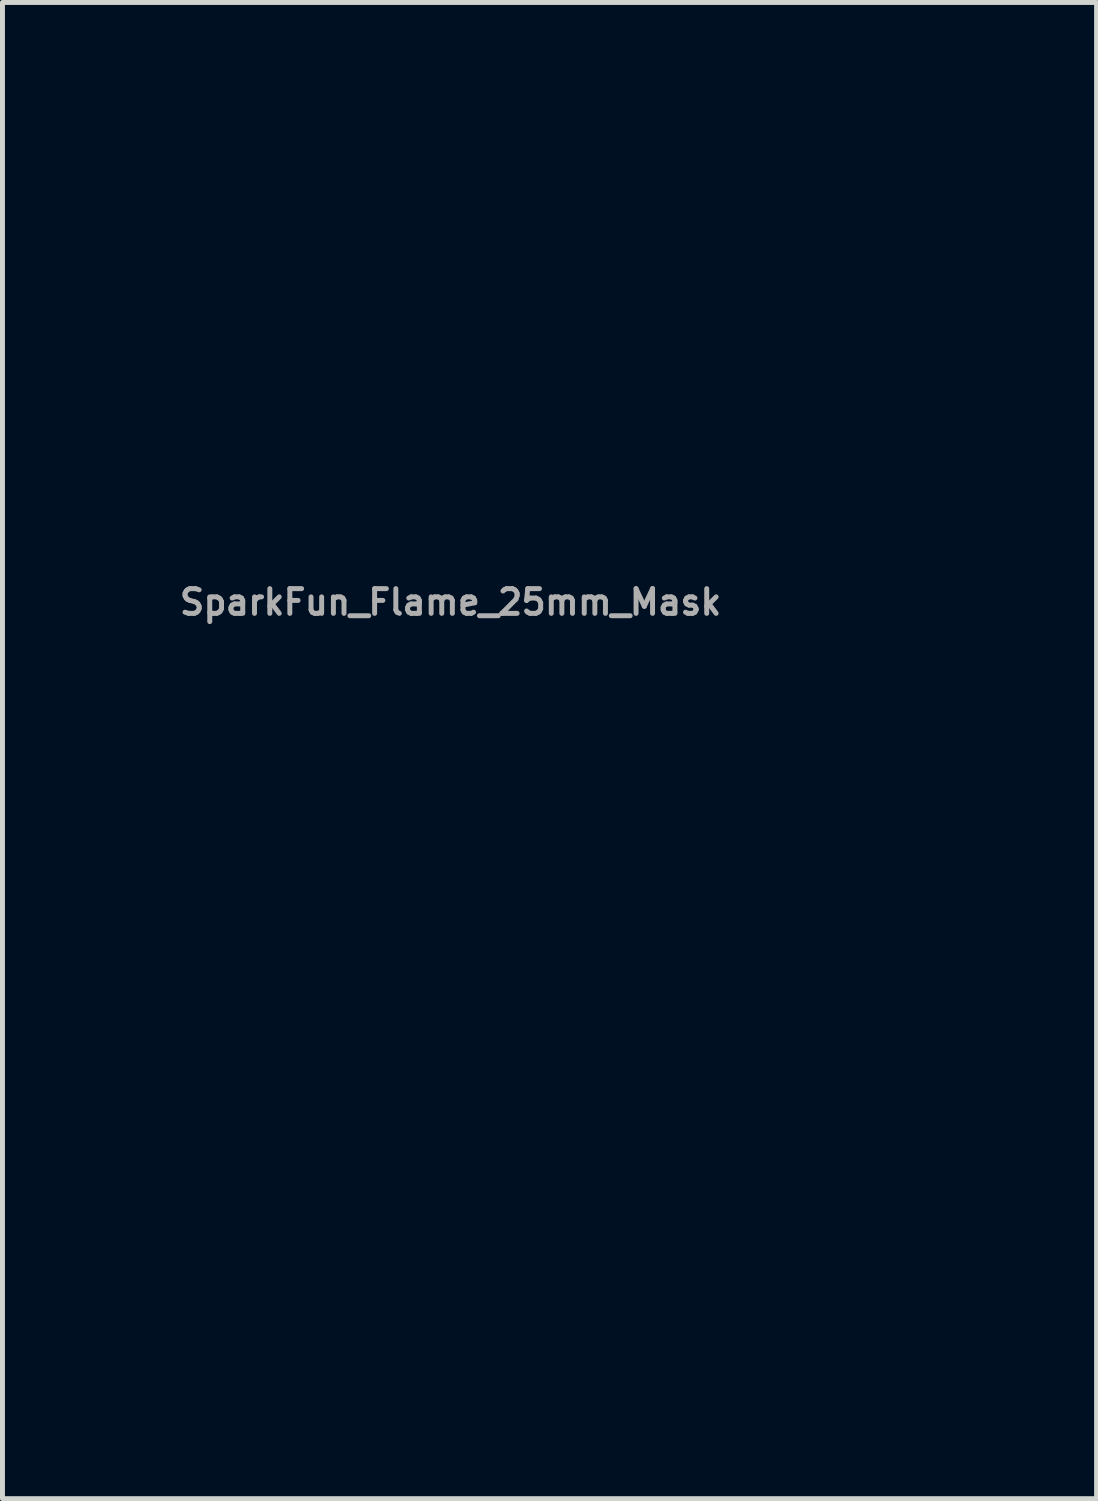
<source format=kicad_pcb>
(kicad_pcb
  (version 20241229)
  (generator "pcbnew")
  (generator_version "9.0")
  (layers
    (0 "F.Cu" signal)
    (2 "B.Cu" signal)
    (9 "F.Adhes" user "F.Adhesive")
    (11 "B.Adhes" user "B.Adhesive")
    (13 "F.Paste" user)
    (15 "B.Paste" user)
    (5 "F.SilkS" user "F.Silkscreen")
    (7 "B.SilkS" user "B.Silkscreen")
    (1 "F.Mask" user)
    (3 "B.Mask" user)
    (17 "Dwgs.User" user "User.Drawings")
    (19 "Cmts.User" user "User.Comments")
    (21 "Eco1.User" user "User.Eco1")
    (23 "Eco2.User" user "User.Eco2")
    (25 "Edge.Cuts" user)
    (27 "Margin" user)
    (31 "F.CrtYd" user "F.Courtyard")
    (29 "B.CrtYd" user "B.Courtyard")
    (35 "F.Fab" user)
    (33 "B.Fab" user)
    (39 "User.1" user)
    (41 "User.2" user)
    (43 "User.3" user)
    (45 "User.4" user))
  (footprint "SparkFun_Flame_25mm_Mask"
    (layer "F.Cu")
    (at 8.06 13.125)
    (property "Reference" "SparkFun_Flame_25mm_Mask" (at -2 -4 0) (layer "F.Fab") (effects (font (size 0.5 0.5) (thickness 0.1))))
    (attr board_only exclude_from_pos_files exclude_from_bom)
    (fp_poly (pts (xy 0.986 -13.122) (xy 1.225 -13.106) (xy 1.458 -13.077) (xy 1.685 -13.038) (xy 1.904 -12.988) (xy 2.116 -12.931) (xy 2.32 -12.866) (xy 2.515 -12.795) (xy 2.701 -12.719) (xy 2.878 -12.641) (xy 3.044 -12.56) (xy 3.346 -12.397) (xy 3.601 -12.241) (xy 3.806 -12.102) (xy 3.958 -11.99) (xy 4.084 -11.888) (xy 4.016 -11.903) (xy 3.831 -11.933) (xy 3.702 -11.947) (xy 3.553 -11.957) (xy 3.388 -11.961) (xy 3.208 -11.956) (xy 3.019 -11.939) (xy 2.822 -11.908) (xy 2.62 -11.861) (xy 2.519 -11.83) (xy 2.418 -11.794) (xy 2.318 -11.753) (xy 2.218 -11.706) (xy 2.12 -11.652) (xy 2.024 -11.593) (xy 1.929 -11.526) (xy 1.838 -11.453) (xy 1.749 -11.372) (xy 1.663 -11.283) (xy 1.558 -11.16) (xy 1.464 -11.035) (xy 1.384 -10.908) (xy 1.316 -10.778) (xy 1.288 -10.713) (xy 1.263 -10.646) (xy 1.242 -10.579) (xy 1.224 -10.511) (xy 1.21 -10.442) (xy 1.199 -10.373) (xy 1.193 -10.303) (xy 1.19 -10.232) (xy 1.192 -10.16) (xy 1.197 -10.087) (xy 1.207 -10.014) (xy 1.221 -9.939) (xy 1.239 -9.864) (xy 1.261 -9.787) (xy 1.288 -9.71) (xy 1.319 -9.632) (xy 1.355 -9.553) (xy 1.395 -9.473) (xy 1.44 -9.391) (xy 1.49 -9.309) (xy 1.544 -9.225) (xy 1.603 -9.141) (xy 1.737 -8.969) (xy 1.86 -8.827) (xy 1.996 -8.687) (xy 2.143 -8.55) (xy 2.299 -8.416) (xy 2.464 -8.288) (xy 2.635 -8.166) (xy 2.811 -8.052) (xy 2.99 -7.947) (xy 3.171 -7.852) (xy 3.352 -7.769) (xy 3.532 -7.7) (xy 3.708 -7.644) (xy 3.88 -7.605) (xy 3.964 -7.591) (xy 4.045 -7.582) (xy 4.125 -7.578) (xy 4.203 -7.578) (xy 4.279 -7.583) (xy 4.351 -7.593) (xy 4.45 -7.616) (xy 4.54 -7.645) (xy 4.623 -7.68) (xy 4.698 -7.722) (xy 4.767 -7.769) (xy 4.828 -7.82) (xy 4.883 -7.877) (xy 4.931 -7.936) (xy 4.974 -8) (xy 5.012 -8.066) (xy 5.044 -8.134) (xy 5.071 -8.205) (xy 5.094 -8.277) (xy 5.113 -8.349) (xy 5.128 -8.423) (xy 5.139 -8.496) (xy 5.152 -8.639) (xy 5.155 -8.777) (xy 5.151 -8.904) (xy 5.141 -9.017) (xy 5.129 -9.112) (xy 5.117 -9.184) (xy 5.105 -9.247) (xy 5.306 -9.17) (xy 5.507 -9.067) (xy 5.709 -8.94) (xy 5.909 -8.789) (xy 6.302 -8.422) (xy 6.677 -7.972) (xy 7.024 -7.447) (xy 7.336 -6.854) (xy 7.603 -6.2) (xy 7.817 -5.493) (xy 7.969 -4.74) (xy 8.018 -4.348) (xy 8.049 -3.948) (xy 8.06 -3.54) (xy 8.05 -3.125) (xy 8.018 -2.704) (xy 7.962 -2.278) (xy 7.883 -1.848) (xy 7.777 -1.414) (xy 7.645 -0.978) (xy 7.486 -0.541) (xy 7.298 -0.103) (xy 7.079 0.334) (xy 6.83 0.77) (xy 6.549 1.204) (xy 6.23 1.642) (xy 5.893 2.058) (xy 5.536 2.451) (xy 5.161 2.819) (xy 4.767 3.161) (xy 4.353 3.476) (xy 3.92 3.763) (xy 3.467 4.021) (xy 2.994 4.248) (xy 2.5 4.444) (xy 1.987 4.606) (xy 1.452 4.735) (xy 0.897 4.828) (xy 0.32 4.885) (xy -0.278 4.904) (xy -0.897 4.885) (xy -1.061 4.875) (xy -1.219 4.874) (xy -1.373 4.88) (xy -1.521 4.894) (xy -1.665 4.916) (xy -1.806 4.945) (xy -1.942 4.981) (xy -2.075 5.025) (xy -2.205 5.076) (xy -2.333 5.134) (xy -2.459 5.198) (xy -2.582 5.269) (xy -2.825 5.431) (xy -3.064 5.617) (xy -3.303 5.827) (xy -3.544 6.059) (xy -3.79 6.312) (xy -4.045 6.585) (xy -5.197 7.853) (xy -5.763 8.467) (xy -6.295 9.06) (xy -6.78 9.613) (xy -7.205 10.107) (xy -7.558 10.525) (xy -7.826 10.846) (xy -8.056 11.125) (xy -8.056 -1.085) (xy -8.06 -1.327) (xy -8.058 -1.56) (xy -8.05 -1.784) (xy -8.036 -1.999) (xy -8.016 -2.206) (xy -7.989 -2.405) (xy -7.958 -2.595) (xy -7.921 -2.778) (xy -7.878 -2.953) (xy -7.83 -3.12) (xy -7.778 -3.279) (xy -7.72 -3.432) (xy -7.658 -3.577) (xy -7.592 -3.716) (xy -7.521 -3.848) (xy -7.446 -3.973) (xy -7.367 -4.092) (xy -7.284 -4.205) (xy -7.197 -4.312) (xy -7.108 -4.414) (xy -7.014 -4.509) (xy -6.918 -4.6) (xy -6.819 -4.685) (xy -6.717 -4.765) (xy -6.612 -4.84) (xy -6.505 -4.911) (xy -6.395 -4.977) (xy -6.284 -5.039) (xy -6.055 -5.15) (xy -5.819 -5.247) (xy -5.687 -5.294) (xy -5.557 -5.336) (xy -5.427 -5.372) (xy -5.3 -5.402) (xy -5.175 -5.428) (xy -5.052 -5.45) (xy -4.931 -5.467) (xy -4.813 -5.479) (xy -4.697 -5.489) (xy -4.584 -5.494) (xy -4.475 -5.497) (xy -4.368 -5.496) (xy -4.265 -5.493) (xy -4.166 -5.487) (xy -3.978 -5.47) (xy -3.808 -5.446) (xy -3.655 -5.418) (xy -3.522 -5.389) (xy -3.41 -5.36) (xy -3.32 -5.333) (xy -3.254 -5.312) (xy -3.2 -5.292) (xy -3.368 -5.223) (xy -3.547 -5.14) (xy -3.651 -5.087) (xy -3.761 -5.026) (xy -3.875 -4.958) (xy -3.989 -4.884) (xy -4.102 -4.802) (xy -4.211 -4.714) (xy -4.313 -4.619) (xy -4.36 -4.57) (xy -4.405 -4.519) (xy -4.446 -4.466) (xy -4.485 -4.412) (xy -4.519 -4.357) (xy -4.55 -4.3) (xy -4.58 -4.231) (xy -4.604 -4.16) (xy -4.623 -4.087) (xy -4.637 -4.011) (xy -4.645 -3.935) (xy -4.647 -3.857) (xy -4.644 -3.778) (xy -4.636 -3.698) (xy -4.622 -3.617) (xy -4.603 -3.537) (xy -4.578 -3.456) (xy -4.548 -3.376) (xy -4.513 -3.296) (xy -4.472 -3.216) (xy -4.426 -3.138) (xy -4.375 -3.062) (xy -4.318 -2.986) (xy -4.256 -2.913) (xy -4.189 -2.842) (xy -4.117 -2.773) (xy -4.039 -2.706) (xy -3.956 -2.643) (xy -3.868 -2.583) (xy -3.775 -2.526) (xy -3.677 -2.472) (xy -3.573 -2.423) (xy -3.464 -2.378) (xy -3.351 -2.338) (xy -3.232 -2.302) (xy -3.108 -2.271) (xy -2.978 -2.245) (xy -2.844 -2.225) (xy -2.646 -2.206) (xy -2.451 -2.201) (xy -2.26 -2.208) (xy -2.073 -2.229) (xy -1.891 -2.261) (xy -1.715 -2.305) (xy -1.545 -2.36) (xy -1.382 -2.425) (xy -1.227 -2.501) (xy -1.08 -2.587) (xy -0.941 -2.682) (xy -0.812 -2.785) (xy -0.693 -2.897) (xy -0.584 -3.017) (xy -0.487 -3.144) (xy -0.401 -3.279) (xy -0.328 -3.419) (xy -0.268 -3.566) (xy -0.222 -3.718) (xy -0.19 -3.875) (xy -0.173 -4.036) (xy -0.171 -4.202) (xy -0.185 -4.372) (xy -0.216 -4.544) (xy -0.265 -4.719) (xy -0.331 -4.897) (xy -0.416 -5.076) (xy -0.521 -5.256) (xy -0.645 -5.437) (xy -0.789 -5.619) (xy -0.955 -5.8) (xy -1.142 -5.981) (xy -1.562 -6.383) (xy -1.942 -6.791) (xy -2.116 -6.997) (xy -2.28 -7.204) (xy -2.432 -7.411) (xy -2.572 -7.619) (xy -2.701 -7.828) (xy -2.817 -8.036) (xy -2.921 -8.245) (xy -3.012 -8.454) (xy -3.089 -8.662) (xy -3.153 -8.87) (xy -3.204 -9.077) (xy -3.24 -9.284) (xy -3.262 -9.489) (xy -3.269 -9.694) (xy -3.26 -9.896) (xy -3.237 -10.098) (xy -3.197 -10.298) (xy -3.142 -10.496) (xy -3.07 -10.691) (xy -2.981 -10.885) (xy -2.876 -11.076) (xy -2.753 -11.265) (xy -2.612 -11.451) (xy -2.454 -11.634) (xy -2.277 -11.814) (xy -2.081 -11.99) (xy -1.867 -12.164) (xy -1.633 -12.333) (xy -1.36 -12.509) (xy -1.088 -12.66) (xy -0.818 -12.787) (xy -0.549 -12.892) (xy -0.284 -12.976) (xy -0.022 -13.04) (xy 0.237 -13.085) (xy 0.491 -13.113) (xy 0.741 -13.125)) (stroke (width -0.000001) (type solid)) (fill yes) (layer "F.Mask")))
  (gr_rect
    (start -3 -3)
    (end 19.121 27.25)
    (stroke (width 0.1) (type default))
    (fill no)
    (layer "Edge.Cuts")))
</source>
